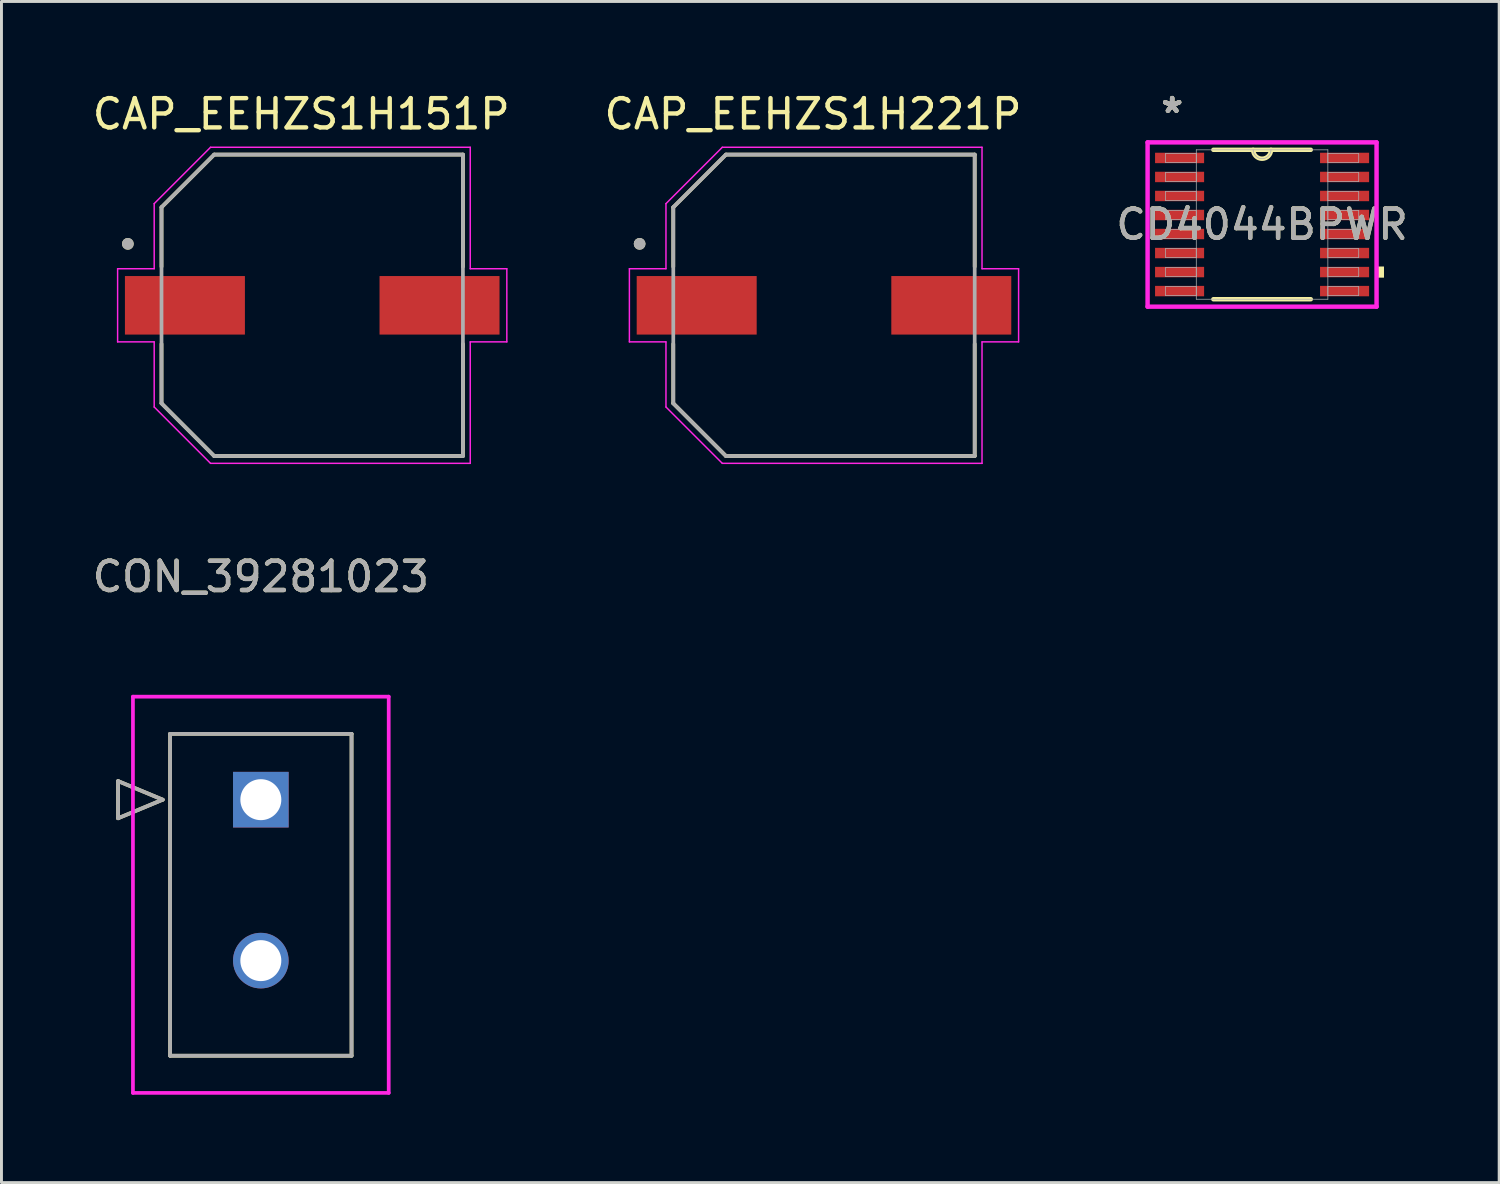
<source format=kicad_pcb>
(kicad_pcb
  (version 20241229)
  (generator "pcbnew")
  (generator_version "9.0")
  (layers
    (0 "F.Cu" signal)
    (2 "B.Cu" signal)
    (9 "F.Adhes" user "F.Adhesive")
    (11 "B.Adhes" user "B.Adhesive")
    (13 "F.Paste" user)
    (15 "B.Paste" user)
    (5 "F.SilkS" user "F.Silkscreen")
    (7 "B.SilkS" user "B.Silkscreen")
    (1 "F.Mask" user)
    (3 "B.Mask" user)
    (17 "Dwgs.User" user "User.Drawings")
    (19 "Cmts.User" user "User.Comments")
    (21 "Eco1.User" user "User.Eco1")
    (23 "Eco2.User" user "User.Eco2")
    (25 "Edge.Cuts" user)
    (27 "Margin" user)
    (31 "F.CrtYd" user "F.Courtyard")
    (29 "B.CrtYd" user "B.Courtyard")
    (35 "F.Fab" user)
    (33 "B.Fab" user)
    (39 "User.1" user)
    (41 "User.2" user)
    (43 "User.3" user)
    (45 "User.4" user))
  (footprint "CAP_EEHZS1H221P"
    (layer "F.Cu")
    (at 25.107 7.383)
    (property "Reference" "CAP_EEHZS1H221P" (at -0.375 -6.535 0) (layer "F.SilkS") (effects (font (size 1 1) (thickness 0.15))))
    (attr smd)
    (fp_line (start -5.15 -3.35) (end -5.15 -1.32) (stroke (width 0.127) (type solid)) (layer "F.SilkS"))
    (fp_line (start -5.15 1.32) (end -5.15 3.35) (stroke (width 0.127) (type solid)) (layer "F.SilkS"))
    (fp_line (start -5.15 3.35) (end -3.35 5.15) (stroke (width 0.127) (type solid)) (layer "F.SilkS"))
    (fp_line (start -3.35 -5.15) (end -5.15 -3.35) (stroke (width 0.127) (type solid)) (layer "F.SilkS"))
    (fp_line (start -3.35 5.15) (end 5.15 5.15) (stroke (width 0.127) (type solid)) (layer "F.SilkS"))
    (fp_line (start 5.15 -5.15) (end -3.35 -5.15) (stroke (width 0.127) (type solid)) (layer "F.SilkS"))
    (fp_line (start 5.15 -1.32) (end 5.15 -5.15) (stroke (width 0.127) (type solid)) (layer "F.SilkS"))
    (fp_line (start 5.15 5.15) (end 5.15 1.32) (stroke (width 0.127) (type solid)) (layer "F.SilkS"))
    (fp_circle (center -6.3 -2.1) (end -6.2 -2.1) (stroke (width 0.2) (type solid)) (fill no) (layer "F.SilkS"))
    (fp_line (start -6.65 -1.25) (end -5.4 -1.25) (stroke (width 0.05) (type solid)) (layer "F.CrtYd"))
    (fp_line (start -6.65 1.25) (end -6.65 -1.25) (stroke (width 0.05) (type solid)) (layer "F.CrtYd"))
    (fp_line (start -5.4 -3.475) (end -3.475 -5.4) (stroke (width 0.05) (type solid)) (layer "F.CrtYd"))
    (fp_line (start -5.4 -1.25) (end -5.4 -3.475) (stroke (width 0.05) (type solid)) (layer "F.CrtYd"))
    (fp_line (start -5.4 1.25) (end -6.65 1.25) (stroke (width 0.05) (type solid)) (layer "F.CrtYd"))
    (fp_line (start -5.4 3.475) (end -5.4 1.25) (stroke (width 0.05) (type solid)) (layer "F.CrtYd"))
    (fp_line (start -3.475 -5.4) (end 5.4 -5.4) (stroke (width 0.05) (type solid)) (layer "F.CrtYd"))
    (fp_line (start -3.475 5.4) (end -5.4 3.475) (stroke (width 0.05) (type solid)) (layer "F.CrtYd"))
    (fp_line (start 5.4 -5.4) (end 5.4 -1.25) (stroke (width 0.05) (type solid)) (layer "F.CrtYd"))
    (fp_line (start 5.4 -1.25) (end 6.65 -1.25) (stroke (width 0.05) (type solid)) (layer "F.CrtYd"))
    (fp_line (start 5.4 1.25) (end 5.4 5.4) (stroke (width 0.05) (type solid)) (layer "F.CrtYd"))
    (fp_line (start 5.4 5.4) (end -3.475 5.4) (stroke (width 0.05) (type solid)) (layer "F.CrtYd"))
    (fp_line (start 6.65 -1.25) (end 6.65 1.25) (stroke (width 0.05) (type solid)) (layer "F.CrtYd"))
    (fp_line (start 6.65 1.25) (end 5.4 1.25) (stroke (width 0.05) (type solid)) (layer "F.CrtYd"))
    (fp_line (start -5.15 -3.35) (end -5.15 3.35) (stroke (width 0.127) (type solid)) (layer "F.Fab"))
    (fp_line (start -5.15 3.35) (end -3.35 5.15) (stroke (width 0.127) (type solid)) (layer "F.Fab"))
    (fp_line (start -3.35 -5.15) (end -5.15 -3.35) (stroke (width 0.127) (type solid)) (layer "F.Fab"))
    (fp_line (start -3.35 5.15) (end 5.15 5.15) (stroke (width 0.127) (type solid)) (layer "F.Fab"))
    (fp_line (start 5.15 -5.15) (end -3.35 -5.15) (stroke (width 0.127) (type solid)) (layer "F.Fab"))
    (fp_line (start 5.15 5.15) (end 5.15 -5.15) (stroke (width 0.127) (type solid)) (layer "F.Fab"))
    (fp_circle (center -6.3 -2.1) (end -6.2 -2.1) (stroke (width 0.2) (type solid)) (fill no) (layer "F.Fab"))
    (pad "1" smd rect (at -4.35 0) (size 4.1 2) (layers "F.Cu" "F.Mask" "F.Paste"))
    (pad "2" smd rect (at 4.35 0) (size 4.1 2) (layers "F.Cu" "F.Mask" "F.Paste")))
  (footprint "CAP_EEHZS1H151P"
    (layer "F.Cu")
    (at 7.619 7.383)
    (property "Reference" "CAP_EEHZS1H151P" (at -0.375 -6.535 0) (layer "F.SilkS") (effects (font (size 1 1) (thickness 0.15))))
    (attr smd)
    (fp_line (start -5.15 -3.35) (end -5.15 -1.32) (stroke (width 0.127) (type solid)) (layer "F.SilkS"))
    (fp_line (start -5.15 1.32) (end -5.15 3.35) (stroke (width 0.127) (type solid)) (layer "F.SilkS"))
    (fp_line (start -5.15 3.35) (end -3.35 5.15) (stroke (width 0.127) (type solid)) (layer "F.SilkS"))
    (fp_line (start -3.35 -5.15) (end -5.15 -3.35) (stroke (width 0.127) (type solid)) (layer "F.SilkS"))
    (fp_line (start -3.35 5.15) (end 5.15 5.15) (stroke (width 0.127) (type solid)) (layer "F.SilkS"))
    (fp_line (start 5.15 -5.15) (end -3.35 -5.15) (stroke (width 0.127) (type solid)) (layer "F.SilkS"))
    (fp_line (start 5.15 -1.32) (end 5.15 -5.15) (stroke (width 0.127) (type solid)) (layer "F.SilkS"))
    (fp_line (start 5.15 5.15) (end 5.15 1.32) (stroke (width 0.127) (type solid)) (layer "F.SilkS"))
    (fp_circle (center -6.3 -2.1) (end -6.2 -2.1) (stroke (width 0.2) (type solid)) (fill no) (layer "F.SilkS"))
    (fp_line (start -6.65 -1.25) (end -5.4 -1.25) (stroke (width 0.05) (type solid)) (layer "F.CrtYd"))
    (fp_line (start -6.65 1.25) (end -6.65 -1.25) (stroke (width 0.05) (type solid)) (layer "F.CrtYd"))
    (fp_line (start -5.4 -3.475) (end -3.475 -5.4) (stroke (width 0.05) (type solid)) (layer "F.CrtYd"))
    (fp_line (start -5.4 -1.25) (end -5.4 -3.475) (stroke (width 0.05) (type solid)) (layer "F.CrtYd"))
    (fp_line (start -5.4 1.25) (end -6.65 1.25) (stroke (width 0.05) (type solid)) (layer "F.CrtYd"))
    (fp_line (start -5.4 3.475) (end -5.4 1.25) (stroke (width 0.05) (type solid)) (layer "F.CrtYd"))
    (fp_line (start -3.475 -5.4) (end 5.4 -5.4) (stroke (width 0.05) (type solid)) (layer "F.CrtYd"))
    (fp_line (start -3.475 5.4) (end -5.4 3.475) (stroke (width 0.05) (type solid)) (layer "F.CrtYd"))
    (fp_line (start 5.4 -5.4) (end 5.4 -1.25) (stroke (width 0.05) (type solid)) (layer "F.CrtYd"))
    (fp_line (start 5.4 -1.25) (end 6.65 -1.25) (stroke (width 0.05) (type solid)) (layer "F.CrtYd"))
    (fp_line (start 5.4 1.25) (end 5.4 5.4) (stroke (width 0.05) (type solid)) (layer "F.CrtYd"))
    (fp_line (start 5.4 5.4) (end -3.475 5.4) (stroke (width 0.05) (type solid)) (layer "F.CrtYd"))
    (fp_line (start 6.65 -1.25) (end 6.65 1.25) (stroke (width 0.05) (type solid)) (layer "F.CrtYd"))
    (fp_line (start 6.65 1.25) (end 5.4 1.25) (stroke (width 0.05) (type solid)) (layer "F.CrtYd"))
    (fp_line (start -5.15 -3.35) (end -5.15 3.35) (stroke (width 0.127) (type solid)) (layer "F.Fab"))
    (fp_line (start -5.15 3.35) (end -3.35 5.15) (stroke (width 0.127) (type solid)) (layer "F.Fab"))
    (fp_line (start -3.35 -5.15) (end -5.15 -3.35) (stroke (width 0.127) (type solid)) (layer "F.Fab"))
    (fp_line (start -3.35 5.15) (end 5.15 5.15) (stroke (width 0.127) (type solid)) (layer "F.Fab"))
    (fp_line (start 5.15 -5.15) (end -3.35 -5.15) (stroke (width 0.127) (type solid)) (layer "F.Fab"))
    (fp_line (start 5.15 5.15) (end 5.15 -5.15) (stroke (width 0.127) (type solid)) (layer "F.Fab"))
    (fp_circle (center -6.3 -2.1) (end -6.2 -2.1) (stroke (width 0.2) (type solid)) (fill no) (layer "F.Fab"))
    (pad "1" smd rect (at -4.35 0) (size 4.1 2) (layers "F.Cu" "F.Mask" "F.Paste"))
    (pad "2" smd rect (at 4.35 0) (size 4.1 2) (layers "F.Cu" "F.Mask" "F.Paste")))
  (footprint "CON_39281023"
    (layer "F.Cu")
    (at 5.863 24.276)
    (property "Reference" "CON_39281023" (at 0 -7.62 0) (unlocked yes) (layer "F.SilkS") (effects (font (size 1 1) (thickness 0.15))))
    (attr through_hole)
    (fp_line (start -4.878 -0.635) (end -4.878 0.635) (stroke (width 0.127) (type solid)) (layer "F.SilkS"))
    (fp_line (start -4.878 0.635) (end -3.354 0) (stroke (width 0.127) (type solid)) (layer "F.SilkS"))
    (fp_line (start -3.354 0) (end -4.878 -0.635) (stroke (width 0.127) (type solid)) (layer "F.SilkS"))
    (fp_line (start -3.1 -2.25) (end -3.1 8.75) (stroke (width 0.127) (type solid)) (layer "F.SilkS"))
    (fp_line (start -3.1 8.75) (end 3.1 8.75) (stroke (width 0.127) (type solid)) (layer "F.SilkS"))
    (fp_line (start 3.1 -2.25) (end -3.1 -2.25) (stroke (width 0.127) (type solid)) (layer "F.SilkS"))
    (fp_line (start 3.1 8.75) (end 3.1 -2.25) (stroke (width 0.127) (type solid)) (layer "F.SilkS"))
    (fp_line (start -4.37 -3.52) (end -4.37 10.02) (stroke (width 0.127) (type solid)) (layer "F.CrtYd"))
    (fp_line (start -4.37 10.02) (end 4.37 10.02) (stroke (width 0.127) (type solid)) (layer "F.CrtYd"))
    (fp_line (start 4.37 -3.52) (end -4.37 -3.52) (stroke (width 0.127) (type solid)) (layer "F.CrtYd"))
    (fp_line (start 4.37 10.02) (end 4.37 -3.52) (stroke (width 0.127) (type solid)) (layer "F.CrtYd"))
    (fp_line (start -4.878 -0.635) (end -4.878 0.635) (stroke (width 0.127) (type solid)) (layer "F.Fab"))
    (fp_line (start -4.878 0.635) (end -3.354 0) (stroke (width 0.127) (type solid)) (layer "F.Fab"))
    (fp_line (start -3.354 0) (end -4.878 -0.635) (stroke (width 0.127) (type solid)) (layer "F.Fab"))
    (fp_line (start -3.1 -2.25) (end -3.1 8.75) (stroke (width 0.127) (type solid)) (layer "F.Fab"))
    (fp_line (start -3.1 8.75) (end 3.1 8.75) (stroke (width 0.127) (type solid)) (layer "F.Fab"))
    (fp_line (start 3.1 -2.25) (end -3.1 -2.25) (stroke (width 0.127) (type solid)) (layer "F.Fab"))
    (fp_line (start 3.1 8.75) (end 3.1 -2.25) (stroke (width 0.127) (type solid)) (layer "F.Fab"))
    (fp_text user "${REFERENCE}" (at 0 -7.62 0) (unlocked yes) (layer "F.Fab") (effects (font (size 1 1) (thickness 0.15))))
    (pad "1" thru_hole rect (at 0 0) (size 1.9 1.9) (drill 1.4) (layers "*.Cu" "*.Mask"))
    (pad "2" thru_hole circle (at 0 5.5) (size 1.9 1.9) (drill 1.4) (layers "*.Cu" "*.Mask")))
  (footprint "CD4044BPWR"
    (layer "F.Cu")
    (at 40.077 4.622)
    (property "Reference" "CD4044BPWR" (at 0 0 0) (unlocked yes) (layer "F.SilkS") (effects (font (size 1 1) (thickness 0.15))))
    (attr smd)
    (fp_line (start -1.664 2.553) (end 1.664 2.553) (stroke (width 0.152) (type solid)) (layer "F.SilkS"))
    (fp_line (start 1.664 -2.553) (end -1.664 -2.553) (stroke (width 0.152) (type solid)) (layer "F.SilkS"))
    (fp_arc (start 0.3048 -2.5527) (mid 0 -2.2479) (end -0.3048 -2.5527) (stroke (width 0.1524) (type solid)) (layer "F.SilkS"))
    (fp_poly (pts (xy 4.166 1.435) (xy 4.166 1.816) (xy 3.912 1.816) (xy 3.912 1.435)) (stroke (width 0) (type solid)) (fill yes) (layer "F.SilkS"))
    (fp_line (start -3.912 -2.807) (end 3.912 -2.807) (stroke (width 0.152) (type solid)) (layer "F.CrtYd"))
    (fp_line (start -3.912 2.807) (end -3.912 -2.807) (stroke (width 0.152) (type solid)) (layer "F.CrtYd"))
    (fp_line (start 3.912 -2.807) (end 3.912 2.807) (stroke (width 0.152) (type solid)) (layer "F.CrtYd"))
    (fp_line (start 3.912 2.807) (end -3.912 2.807) (stroke (width 0.152) (type solid)) (layer "F.CrtYd"))
    (fp_line (start -3.302 -2.427) (end -3.302 -2.123) (stroke (width 0.025) (type solid)) (layer "F.Fab"))
    (fp_line (start -3.302 -2.123) (end -2.248 -2.123) (stroke (width 0.025) (type solid)) (layer "F.Fab"))
    (fp_line (start -3.302 -1.777) (end -3.302 -1.473) (stroke (width 0.025) (type solid)) (layer "F.Fab"))
    (fp_line (start -3.302 -1.473) (end -2.248 -1.473) (stroke (width 0.025) (type solid)) (layer "F.Fab"))
    (fp_line (start -3.302 -1.127) (end -3.302 -0.823) (stroke (width 0.025) (type solid)) (layer "F.Fab"))
    (fp_line (start -3.302 -0.823) (end -2.248 -0.823) (stroke (width 0.025) (type solid)) (layer "F.Fab"))
    (fp_line (start -3.302 -0.477) (end -3.302 -0.173) (stroke (width 0.025) (type solid)) (layer "F.Fab"))
    (fp_line (start -3.302 -0.173) (end -2.248 -0.173) (stroke (width 0.025) (type solid)) (layer "F.Fab"))
    (fp_line (start -3.302 0.173) (end -3.302 0.477) (stroke (width 0.025) (type solid)) (layer "F.Fab"))
    (fp_line (start -3.302 0.477) (end -2.248 0.477) (stroke (width 0.025) (type solid)) (layer "F.Fab"))
    (fp_line (start -3.302 0.823) (end -3.302 1.127) (stroke (width 0.025) (type solid)) (layer "F.Fab"))
    (fp_line (start -3.302 1.127) (end -2.248 1.127) (stroke (width 0.025) (type solid)) (layer "F.Fab"))
    (fp_line (start -3.302 1.473) (end -3.302 1.777) (stroke (width 0.025) (type solid)) (layer "F.Fab"))
    (fp_line (start -3.302 1.777) (end -2.248 1.777) (stroke (width 0.025) (type solid)) (layer "F.Fab"))
    (fp_line (start -3.302 2.123) (end -3.302 2.427) (stroke (width 0.025) (type solid)) (layer "F.Fab"))
    (fp_line (start -3.302 2.427) (end -2.248 2.427) (stroke (width 0.025) (type solid)) (layer "F.Fab"))
    (fp_line (start -2.248 -2.553) (end -2.248 2.553) (stroke (width 0.025) (type solid)) (layer "F.Fab"))
    (fp_line (start -2.248 -2.427) (end -3.302 -2.427) (stroke (width 0.025) (type solid)) (layer "F.Fab"))
    (fp_line (start -2.248 -2.123) (end -2.248 -2.427) (stroke (width 0.025) (type solid)) (layer "F.Fab"))
    (fp_line (start -2.248 -1.777) (end -3.302 -1.777) (stroke (width 0.025) (type solid)) (layer "F.Fab"))
    (fp_line (start -2.248 -1.473) (end -2.248 -1.777) (stroke (width 0.025) (type solid)) (layer "F.Fab"))
    (fp_line (start -2.248 -1.127) (end -3.302 -1.127) (stroke (width 0.025) (type solid)) (layer "F.Fab"))
    (fp_line (start -2.248 -0.823) (end -2.248 -1.127) (stroke (width 0.025) (type solid)) (layer "F.Fab"))
    (fp_line (start -2.248 -0.477) (end -3.302 -0.477) (stroke (width 0.025) (type solid)) (layer "F.Fab"))
    (fp_line (start -2.248 -0.173) (end -2.248 -0.477) (stroke (width 0.025) (type solid)) (layer "F.Fab"))
    (fp_line (start -2.248 0.173) (end -3.302 0.173) (stroke (width 0.025) (type solid)) (layer "F.Fab"))
    (fp_line (start -2.248 0.477) (end -2.248 0.173) (stroke (width 0.025) (type solid)) (layer "F.Fab"))
    (fp_line (start -2.248 0.823) (end -3.302 0.823) (stroke (width 0.025) (type solid)) (layer "F.Fab"))
    (fp_line (start -2.248 1.127) (end -2.248 0.823) (stroke (width 0.025) (type solid)) (layer "F.Fab"))
    (fp_line (start -2.248 1.473) (end -3.302 1.473) (stroke (width 0.025) (type solid)) (layer "F.Fab"))
    (fp_line (start -2.248 1.777) (end -2.248 1.473) (stroke (width 0.025) (type solid)) (layer "F.Fab"))
    (fp_line (start -2.248 2.123) (end -3.302 2.123) (stroke (width 0.025) (type solid)) (layer "F.Fab"))
    (fp_line (start -2.248 2.427) (end -2.248 2.123) (stroke (width 0.025) (type solid)) (layer "F.Fab"))
    (fp_line (start -2.248 2.553) (end 2.248 2.553) (stroke (width 0.025) (type solid)) (layer "F.Fab"))
    (fp_line (start 2.248 -2.553) (end -2.248 -2.553) (stroke (width 0.025) (type solid)) (layer "F.Fab"))
    (fp_line (start 2.248 -2.427) (end 2.248 -2.123) (stroke (width 0.025) (type solid)) (layer "F.Fab"))
    (fp_line (start 2.248 -2.123) (end 3.302 -2.123) (stroke (width 0.025) (type solid)) (layer "F.Fab"))
    (fp_line (start 2.248 -1.777) (end 2.248 -1.473) (stroke (width 0.025) (type solid)) (layer "F.Fab"))
    (fp_line (start 2.248 -1.473) (end 3.302 -1.473) (stroke (width 0.025) (type solid)) (layer "F.Fab"))
    (fp_line (start 2.248 -1.127) (end 2.248 -0.823) (stroke (width 0.025) (type solid)) (layer "F.Fab"))
    (fp_line (start 2.248 -0.823) (end 3.302 -0.823) (stroke (width 0.025) (type solid)) (layer "F.Fab"))
    (fp_line (start 2.248 -0.477) (end 2.248 -0.173) (stroke (width 0.025) (type solid)) (layer "F.Fab"))
    (fp_line (start 2.248 -0.173) (end 3.302 -0.173) (stroke (width 0.025) (type solid)) (layer "F.Fab"))
    (fp_line (start 2.248 0.173) (end 2.248 0.477) (stroke (width 0.025) (type solid)) (layer "F.Fab"))
    (fp_line (start 2.248 0.477) (end 3.302 0.477) (stroke (width 0.025) (type solid)) (layer "F.Fab"))
    (fp_line (start 2.248 0.823) (end 2.248 1.127) (stroke (width 0.025) (type solid)) (layer "F.Fab"))
    (fp_line (start 2.248 1.127) (end 3.302 1.127) (stroke (width 0.025) (type solid)) (layer "F.Fab"))
    (fp_line (start 2.248 1.473) (end 2.248 1.777) (stroke (width 0.025) (type solid)) (layer "F.Fab"))
    (fp_line (start 2.248 1.777) (end 3.302 1.777) (stroke (width 0.025) (type solid)) (layer "F.Fab"))
    (fp_line (start 2.248 2.123) (end 2.248 2.427) (stroke (width 0.025) (type solid)) (layer "F.Fab"))
    (fp_line (start 2.248 2.427) (end 3.302 2.427) (stroke (width 0.025) (type solid)) (layer "F.Fab"))
    (fp_line (start 2.248 2.553) (end 2.248 -2.553) (stroke (width 0.025) (type solid)) (layer "F.Fab"))
    (fp_line (start 3.302 -2.427) (end 2.248 -2.427) (stroke (width 0.025) (type solid)) (layer "F.Fab"))
    (fp_line (start 3.302 -2.123) (end 3.302 -2.427) (stroke (width 0.025) (type solid)) (layer "F.Fab"))
    (fp_line (start 3.302 -1.777) (end 2.248 -1.777) (stroke (width 0.025) (type solid)) (layer "F.Fab"))
    (fp_line (start 3.302 -1.473) (end 3.302 -1.777) (stroke (width 0.025) (type solid)) (layer "F.Fab"))
    (fp_line (start 3.302 -1.127) (end 2.248 -1.127) (stroke (width 0.025) (type solid)) (layer "F.Fab"))
    (fp_line (start 3.302 -0.823) (end 3.302 -1.127) (stroke (width 0.025) (type solid)) (layer "F.Fab"))
    (fp_line (start 3.302 -0.477) (end 2.248 -0.477) (stroke (width 0.025) (type solid)) (layer "F.Fab"))
    (fp_line (start 3.302 -0.173) (end 3.302 -0.477) (stroke (width 0.025) (type solid)) (layer "F.Fab"))
    (fp_line (start 3.302 0.173) (end 2.248 0.173) (stroke (width 0.025) (type solid)) (layer "F.Fab"))
    (fp_line (start 3.302 0.477) (end 3.302 0.173) (stroke (width 0.025) (type solid)) (layer "F.Fab"))
    (fp_line (start 3.302 0.823) (end 2.248 0.823) (stroke (width 0.025) (type solid)) (layer "F.Fab"))
    (fp_line (start 3.302 1.127) (end 3.302 0.823) (stroke (width 0.025) (type solid)) (layer "F.Fab"))
    (fp_line (start 3.302 1.473) (end 2.248 1.473) (stroke (width 0.025) (type solid)) (layer "F.Fab"))
    (fp_line (start 3.302 1.777) (end 3.302 1.473) (stroke (width 0.025) (type solid)) (layer "F.Fab"))
    (fp_line (start 3.302 2.123) (end 2.248 2.123) (stroke (width 0.025) (type solid)) (layer "F.Fab"))
    (fp_line (start 3.302 2.427) (end 3.302 2.123) (stroke (width 0.025) (type solid)) (layer "F.Fab"))
    (fp_arc (start 0.3048 -2.5527) (mid 0 -2.2479) (end -0.3048 -2.5527) (stroke (width 0.0254) (type solid)) (layer "F.Fab"))
    (fp_text user "*" (at -3.073 -3.774 0) (layer "F.SilkS") (effects (font (size 1 1) (thickness 0.15))))
    (fp_text user "*" (at -3.073 -3.774 0) (unlocked yes) (layer "F.SilkS") (effects (font (size 1 1) (thickness 0.15))))
    (fp_text user "${REFERENCE}" (at 0 0 0) (unlocked yes) (layer "F.Fab") (effects (font (size 1 1) (thickness 0.15))))
    (fp_text user "*" (at -3.073 -3.774 0) (layer "F.Fab") (effects (font (size 1 1) (thickness 0.15))))
    (fp_text user "*" (at -3.073 -3.774 0) (unlocked yes) (layer "F.Fab") (effects (font (size 1 1) (thickness 0.15))))
    (pad "1" smd rect (at -2.819 -2.275) (size 1.676 0.356) (layers "F.Cu" "F.Mask" "F.Paste"))
    (pad "2" smd rect (at -2.819 -1.625) (size 1.676 0.356) (layers "F.Cu" "F.Mask" "F.Paste"))
    (pad "3" smd rect (at -2.819 -0.975) (size 1.676 0.356) (layers "F.Cu" "F.Mask" "F.Paste"))
    (pad "4" smd rect (at -2.819 -0.325) (size 1.676 0.356) (layers "F.Cu" "F.Mask" "F.Paste"))
    (pad "5" smd rect (at -2.819 0.325) (size 1.676 0.356) (layers "F.Cu" "F.Mask" "F.Paste"))
    (pad "6" smd rect (at -2.819 0.975) (size 1.676 0.356) (layers "F.Cu" "F.Mask" "F.Paste"))
    (pad "7" smd rect (at -2.819 1.625) (size 1.676 0.356) (layers "F.Cu" "F.Mask" "F.Paste"))
    (pad "8" smd rect (at -2.819 2.275) (size 1.676 0.356) (layers "F.Cu" "F.Mask" "F.Paste"))
    (pad "9" smd rect (at 2.819 2.275) (size 1.676 0.356) (layers "F.Cu" "F.Mask" "F.Paste"))
    (pad "10" smd rect (at 2.819 1.625) (size 1.676 0.356) (layers "F.Cu" "F.Mask" "F.Paste"))
    (pad "11" smd rect (at 2.819 0.975) (size 1.676 0.356) (layers "F.Cu" "F.Mask" "F.Paste"))
    (pad "12" smd rect (at 2.819 0.325) (size 1.676 0.356) (layers "F.Cu" "F.Mask" "F.Paste"))
    (pad "13" smd rect (at 2.819 -0.325) (size 1.676 0.356) (layers "F.Cu" "F.Mask" "F.Paste"))
    (pad "14" smd rect (at 2.819 -0.975) (size 1.676 0.356) (layers "F.Cu" "F.Mask" "F.Paste"))
    (pad "15" smd rect (at 2.819 -1.625) (size 1.676 0.356) (layers "F.Cu" "F.Mask" "F.Paste"))
    (pad "16" smd rect (at 2.819 -2.275) (size 1.676 0.356) (layers "F.Cu" "F.Mask" "F.Paste")))
  (gr_rect
    (start -3 -3)
    (end 48.179 37.36)
    (stroke (width 0.1) (type default))
    (fill no)
    (layer "Edge.Cuts")))
</source>
